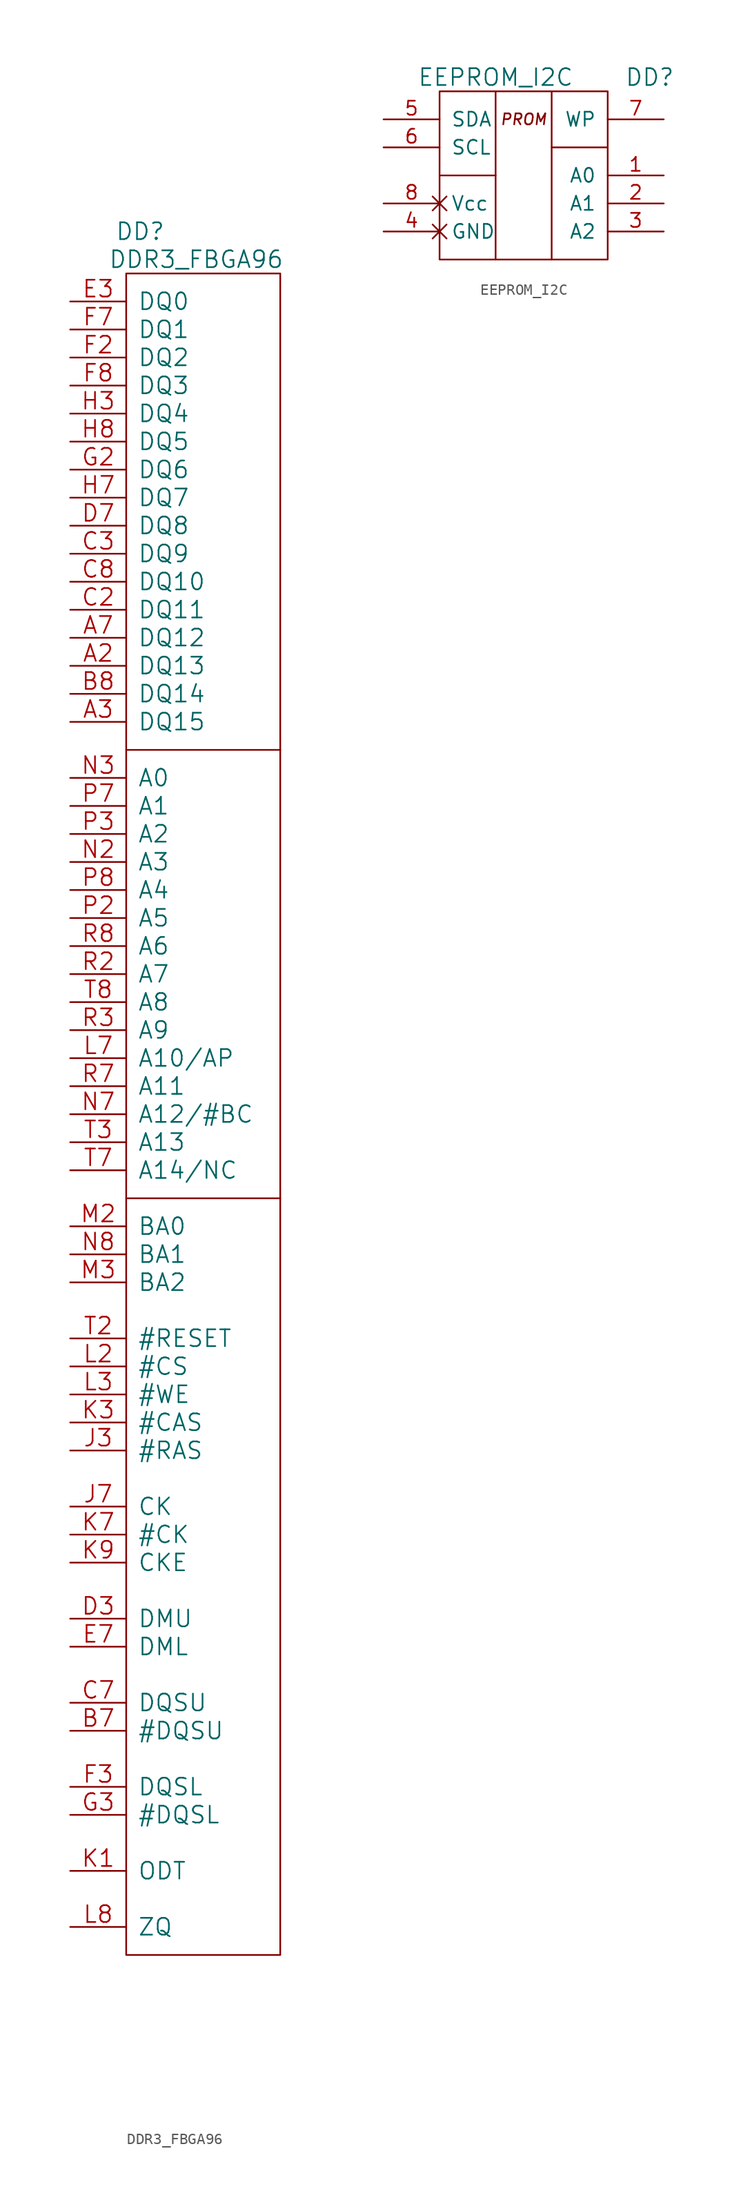
<source format=kicad_sym>
(kicad_symbol_lib
  (version 20211014)
  (generator kicad_symbol_editor)
  (symbol "DDR3_FBGA96"
    (pin_names
      (offset 1.016))
    (property "Reference" "DD"
      (at -10.16 36.83 0)
      (effects (font (size 1.524 1.524))))
    (property "Value" "DDR3_FBGA96"
      (at -5.08 34.29 0)
      (effects (font (size 1.524 1.524))))
    (property "Footprint" ""
      (at 0 -3.81 0)
      (effects (font (size 1.524 1.524))))
    (property "Datasheet" ""
      (at 0 -3.81 0)
      (effects (font (size 1.524 1.524))))
    (property "ki_locked" ""
      (at 0 0 0)
      (effects (font (size 1.27 1.27))))
    (symbol "DDR3_FBGA96_1_1"
      (rectangle (start -11.43 33.02) (end 2.54 -119.38) (stroke (width 0) (type default) (color 0 0 0 0)) (fill (type none)))
      (polyline (pts (xy -11.43 -50.8) (xy 2.54 -50.8)) (stroke (width 0) (type default) (color 0 0 0 0)) (fill (type none)))
      (polyline (pts (xy -11.43 -10.16) (xy 2.54 -10.16)) (stroke (width 0) (type default) (color 0 0 0 0)) (fill (type none)))
      (pin passive line (at -16.51 -2.54 0) (length 5.08) (name "DQ13" (effects (font (size 1.524 1.524)))) (number "A2" (effects (font (size 1.524 1.524)))))
      (pin passive line (at -16.51 -7.62 0) (length 5.08) (name "DQ15" (effects (font (size 1.524 1.524)))) (number "A3" (effects (font (size 1.524 1.524)))))
      (pin passive line (at -16.51 0 0) (length 5.08) (name "DQ12" (effects (font (size 1.524 1.524)))) (number "A7" (effects (font (size 1.524 1.524)))))
      (pin passive line (at -16.51 -99.06 0) (length 5.08) (name "#DQSU" (effects (font (size 1.524 1.524)))) (number "B7" (effects (font (size 1.524 1.524)))))
      (pin passive line (at -16.51 -5.08 0) (length 5.08) (name "DQ14" (effects (font (size 1.524 1.524)))) (number "B8" (effects (font (size 1.524 1.524)))))
      (pin passive line (at -16.51 2.54 0) (length 5.08) (name "DQ11" (effects (font (size 1.524 1.524)))) (number "C2" (effects (font (size 1.524 1.524)))))
      (pin passive line (at -16.51 7.62 0) (length 5.08) (name "DQ9" (effects (font (size 1.524 1.524)))) (number "C3" (effects (font (size 1.524 1.524)))))
      (pin passive line (at -16.51 -96.52 0) (length 5.08) (name "DQSU" (effects (font (size 1.524 1.524)))) (number "C7" (effects (font (size 1.524 1.524)))))
      (pin passive line (at -16.51 5.08 0) (length 5.08) (name "DQ10" (effects (font (size 1.524 1.524)))) (number "C8" (effects (font (size 1.524 1.524)))))
      (pin passive line (at -16.51 -88.9 0) (length 5.08) (name "DMU" (effects (font (size 1.524 1.524)))) (number "D3" (effects (font (size 1.524 1.524)))))
      (pin passive line (at -16.51 10.16 0) (length 5.08) (name "DQ8" (effects (font (size 1.524 1.524)))) (number "D7" (effects (font (size 1.524 1.524)))))
      (pin passive line (at -16.51 30.48 0) (length 5.08) (name "DQ0" (effects (font (size 1.524 1.524)))) (number "E3" (effects (font (size 1.524 1.524)))))
      (pin passive line (at -16.51 -91.44 0) (length 5.08) (name "DML" (effects (font (size 1.524 1.524)))) (number "E7" (effects (font (size 1.524 1.524)))))
      (pin passive line (at -16.51 25.4 0) (length 5.08) (name "DQ2" (effects (font (size 1.524 1.524)))) (number "F2" (effects (font (size 1.524 1.524)))))
      (pin passive line (at -16.51 -104.14 0) (length 5.08) (name "DQSL" (effects (font (size 1.524 1.524)))) (number "F3" (effects (font (size 1.524 1.524)))))
      (pin passive line (at -16.51 27.94 0) (length 5.08) (name "DQ1" (effects (font (size 1.524 1.524)))) (number "F7" (effects (font (size 1.524 1.524)))))
      (pin passive line (at -16.51 22.86 0) (length 5.08) (name "DQ3" (effects (font (size 1.524 1.524)))) (number "F8" (effects (font (size 1.524 1.524)))))
      (pin passive line (at -16.51 15.24 0) (length 5.08) (name "DQ6" (effects (font (size 1.524 1.524)))) (number "G2" (effects (font (size 1.524 1.524)))))
      (pin passive line (at -16.51 -106.68 0) (length 5.08) (name "#DQSL" (effects (font (size 1.524 1.524)))) (number "G3" (effects (font (size 1.524 1.524)))))
      (pin passive line (at -16.51 20.32 0) (length 5.08) (name "DQ4" (effects (font (size 1.524 1.524)))) (number "H3" (effects (font (size 1.524 1.524)))))
      (pin passive line (at -16.51 12.7 0) (length 5.08) (name "DQ7" (effects (font (size 1.524 1.524)))) (number "H7" (effects (font (size 1.524 1.524)))))
      (pin passive line (at -16.51 17.78 0) (length 5.08) (name "DQ5" (effects (font (size 1.524 1.524)))) (number "H8" (effects (font (size 1.524 1.524)))))
      (pin passive line (at -16.51 -73.66 0) (length 5.08) (name "#RAS" (effects (font (size 1.524 1.524)))) (number "J3" (effects (font (size 1.524 1.524)))))
      (pin passive line (at -16.51 -78.74 0) (length 5.08) (name "CK" (effects (font (size 1.524 1.524)))) (number "J7" (effects (font (size 1.524 1.524)))))
      (pin passive line (at -16.51 -111.76 0) (length 5.08) (name "ODT" (effects (font (size 1.524 1.524)))) (number "K1" (effects (font (size 1.524 1.524)))))
      (pin passive line (at -16.51 -71.12 0) (length 5.08) (name "#CAS" (effects (font (size 1.524 1.524)))) (number "K3" (effects (font (size 1.524 1.524)))))
      (pin passive line (at -16.51 -81.28 0) (length 5.08) (name "#CK" (effects (font (size 1.524 1.524)))) (number "K7" (effects (font (size 1.524 1.524)))))
      (pin passive line (at -16.51 -83.82 0) (length 5.08) (name "CKE" (effects (font (size 1.524 1.524)))) (number "K9" (effects (font (size 1.524 1.524)))))
      (pin passive line (at -16.51 -66.04 0) (length 5.08) (name "#CS" (effects (font (size 1.524 1.524)))) (number "L2" (effects (font (size 1.524 1.524)))))
      (pin passive line (at -16.51 -68.58 0) (length 5.08) (name "#WE" (effects (font (size 1.524 1.524)))) (number "L3" (effects (font (size 1.524 1.524)))))
      (pin passive line (at -16.51 -38.1 0) (length 5.08) (name "A10/AP" (effects (font (size 1.524 1.524)))) (number "L7" (effects (font (size 1.524 1.524)))))
      (pin passive line (at -16.51 -116.84 0) (length 5.08) (name "ZQ" (effects (font (size 1.524 1.524)))) (number "L8" (effects (font (size 1.524 1.524)))))
      (pin passive line (at -16.51 -53.34 0) (length 5.08) (name "BA0" (effects (font (size 1.524 1.524)))) (number "M2" (effects (font (size 1.524 1.524)))))
      (pin passive line (at -16.51 -58.42 0) (length 5.08) (name "BA2" (effects (font (size 1.524 1.524)))) (number "M3" (effects (font (size 1.524 1.524)))))
      (pin passive line (at -16.51 -20.32 0) (length 5.08) (name "A3" (effects (font (size 1.524 1.524)))) (number "N2" (effects (font (size 1.524 1.524)))))
      (pin passive line (at -16.51 -12.7 0) (length 5.08) (name "A0" (effects (font (size 1.524 1.524)))) (number "N3" (effects (font (size 1.524 1.524)))))
      (pin passive line (at -16.51 -43.18 0) (length 5.08) (name "A12/#BC" (effects (font (size 1.524 1.524)))) (number "N7" (effects (font (size 1.524 1.524)))))
      (pin passive line (at -16.51 -55.88 0) (length 5.08) (name "BA1" (effects (font (size 1.524 1.524)))) (number "N8" (effects (font (size 1.524 1.524)))))
      (pin passive line (at -16.51 -25.4 0) (length 5.08) (name "A5" (effects (font (size 1.524 1.524)))) (number "P2" (effects (font (size 1.524 1.524)))))
      (pin passive line (at -16.51 -17.78 0) (length 5.08) (name "A2" (effects (font (size 1.524 1.524)))) (number "P3" (effects (font (size 1.524 1.524)))))
      (pin passive line (at -16.51 -15.24 0) (length 5.08) (name "A1" (effects (font (size 1.524 1.524)))) (number "P7" (effects (font (size 1.524 1.524)))))
      (pin passive line (at -16.51 -22.86 0) (length 5.08) (name "A4" (effects (font (size 1.524 1.524)))) (number "P8" (effects (font (size 1.524 1.524)))))
      (pin passive line (at -16.51 -30.48 0) (length 5.08) (name "A7" (effects (font (size 1.524 1.524)))) (number "R2" (effects (font (size 1.524 1.524)))))
      (pin passive line (at -16.51 -35.56 0) (length 5.08) (name "A9" (effects (font (size 1.524 1.524)))) (number "R3" (effects (font (size 1.524 1.524)))))
      (pin passive line (at -16.51 -40.64 0) (length 5.08) (name "A11" (effects (font (size 1.524 1.524)))) (number "R7" (effects (font (size 1.524 1.524)))))
      (pin passive line (at -16.51 -27.94 0) (length 5.08) (name "A6" (effects (font (size 1.524 1.524)))) (number "R8" (effects (font (size 1.524 1.524)))))
      (pin passive line (at -16.51 -63.5 0) (length 5.08) (name "#RESET" (effects (font (size 1.524 1.524)))) (number "T2" (effects (font (size 1.524 1.524)))))
      (pin passive line (at -16.51 -45.72 0) (length 5.08) (name "A13" (effects (font (size 1.524 1.524)))) (number "T3" (effects (font (size 1.524 1.524)))))
      (pin passive line (at -16.51 -48.26 0) (length 5.08) (name "A14/NC" (effects (font (size 1.524 1.524)))) (number "T7" (effects (font (size 1.524 1.524)))))
      (pin passive line (at -16.51 -33.02 0) (length 5.08) (name "A8" (effects (font (size 1.524 1.524)))) (number "T8" (effects (font (size 1.524 1.524)))))))
  (symbol "EEPROM_I2C"
    (pin_names
      (offset 1.016))
    (property "Reference" "DD"
      (at 11.43 8.89 0)
      (effects (font (size 1.524 1.524))))
    (property "Value" "EEPROM_I2C"
      (at -2.54 8.89 0)
      (effects (font (size 1.524 1.524))))
    (symbol "EEPROM_I2C_0_0"
      (text "PROM" (at 0 5.08 0) (effects (font (size 0.991 0.991) italic))))
    (symbol "EEPROM_I2C_0_1"
      (polyline (pts (xy -2.54 -7.62) (xy -2.54 7.62)) (stroke (width 0) (type default) (color 0 0 0 0)) (fill (type none)))
      (polyline (pts (xy -2.54 0) (xy -7.62 0)) (stroke (width 0) (type default) (color 0 0 0 0)) (fill (type none)))
      (polyline (pts (xy 2.54 -7.62) (xy 2.54 7.62)) (stroke (width 0) (type default) (color 0 0 0 0)) (fill (type none)))
      (polyline (pts (xy 7.62 2.54) (xy 2.54 2.54)) (stroke (width 0) (type default) (color 0 0 0 0)) (fill (type none)))
      (rectangle (start 7.62 7.62) (end -7.62 -7.62) (stroke (width 0) (type default) (color 0 0 0 0)) (fill (type none))))
    (symbol "EEPROM_I2C_1_1"
      (pin passive line (at 12.7 0 180) (length 5.08) (name "A0" (effects (font (size 1.27 1.27)))) (number "1" (effects (font (size 1.27 1.27)))))
      (pin passive line (at 12.7 -2.54 180) (length 5.08) (name "A1" (effects (font (size 1.27 1.27)))) (number "2" (effects (font (size 1.27 1.27)))))
      (pin passive line (at 12.7 -5.08 180) (length 5.08) (name "A2" (effects (font (size 1.27 1.27)))) (number "3" (effects (font (size 1.27 1.27)))))
      (pin power_in non_logic (at -12.7 -5.08 0) (length 5.08) (name "GND" (effects (font (size 1.27 1.27)))) (number "4" (effects (font (size 1.27 1.27)))))
      (pin passive line (at -12.7 5.08 0) (length 5.08) (name "SDA" (effects (font (size 1.27 1.27)))) (number "5" (effects (font (size 1.27 1.27)))))
      (pin passive line (at -12.7 2.54 0) (length 5.08) (name "SCL" (effects (font (size 1.27 1.27)))) (number "6" (effects (font (size 1.27 1.27)))))
      (pin passive line (at 12.7 5.08 180) (length 5.08) (name "WP" (effects (font (size 1.27 1.27)))) (number "7" (effects (font (size 1.27 1.27)))))
      (pin power_in non_logic (at -12.7 -2.54 0) (length 5.08) (name "Vcc" (effects (font (size 1.27 1.27)))) (number "8" (effects (font (size 1.27 1.27))))))))
</source>
